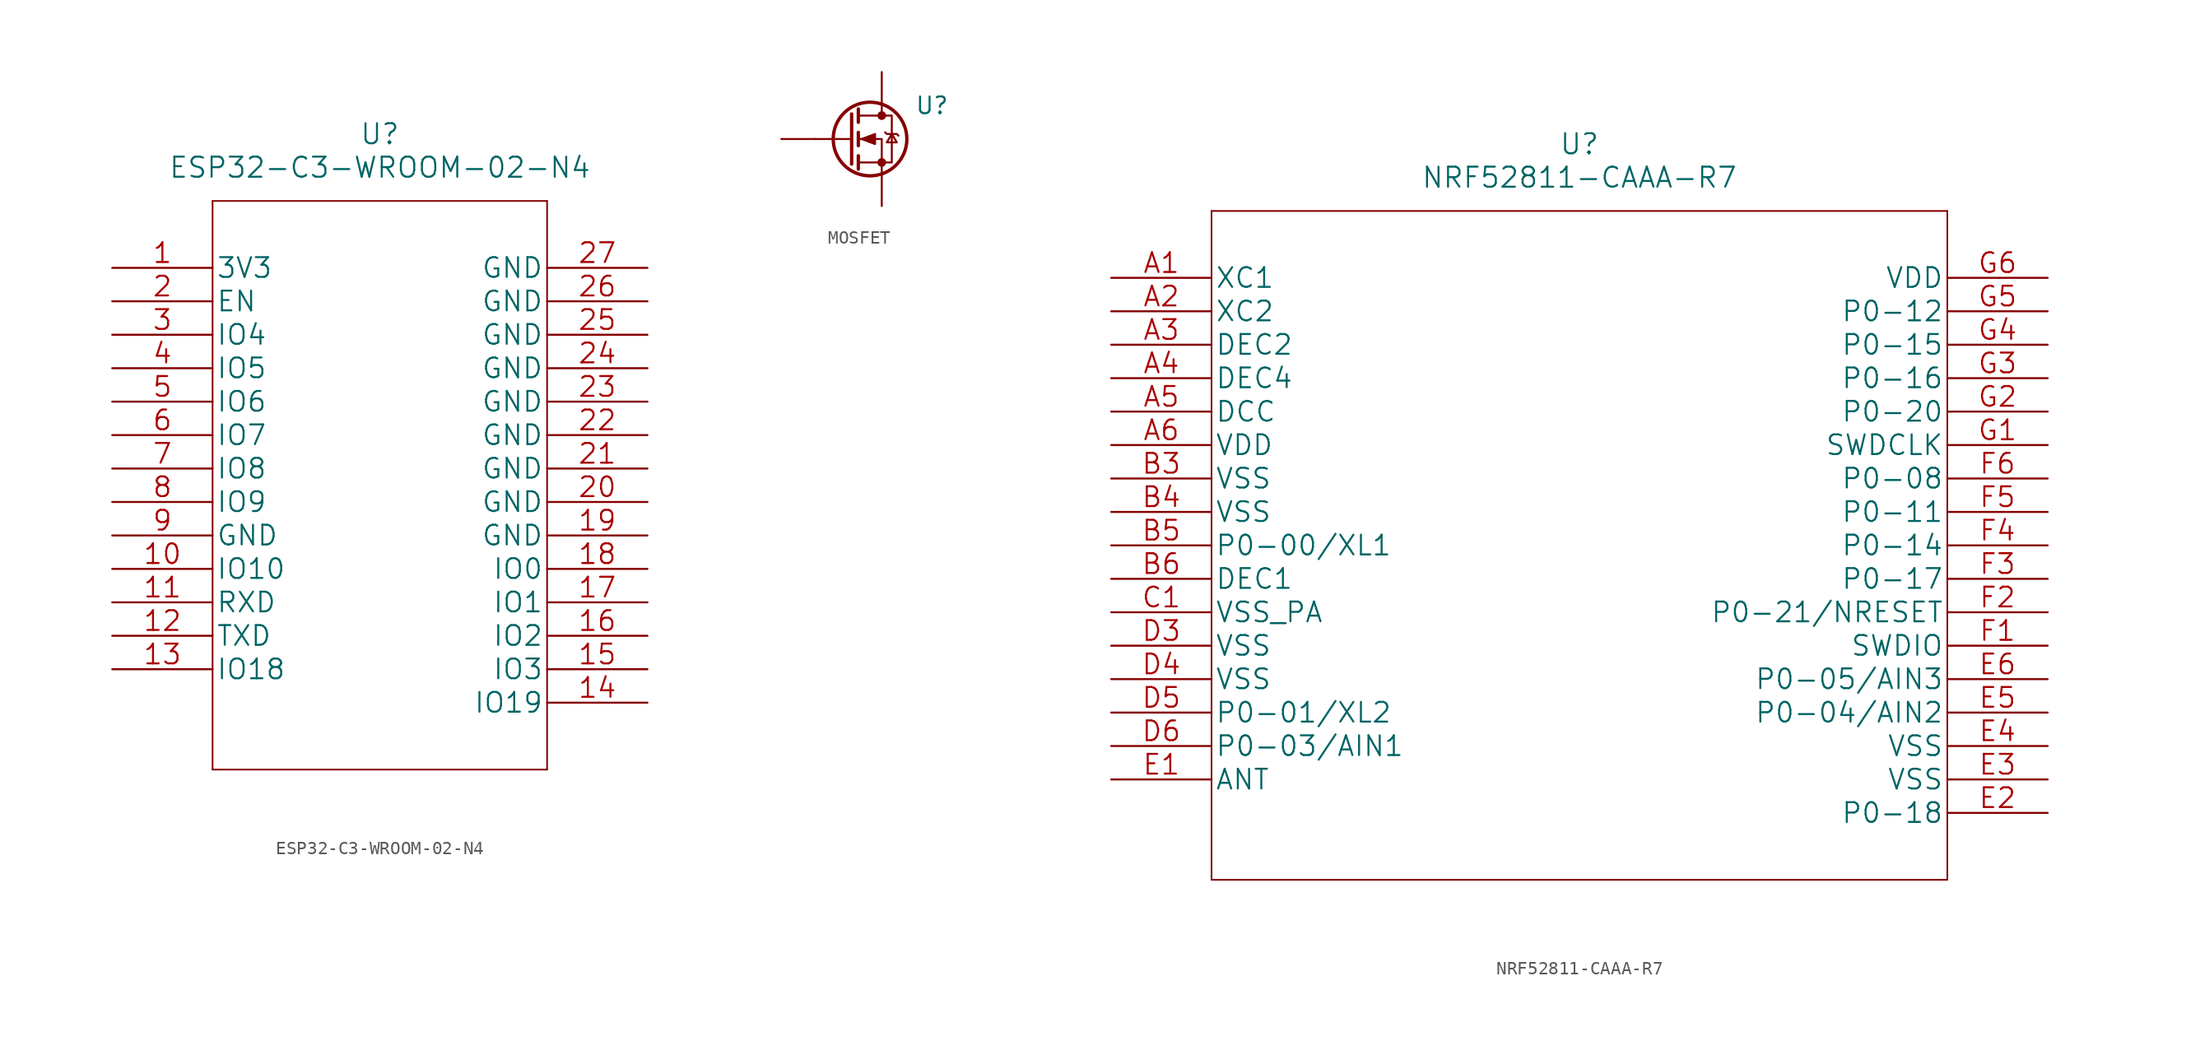
<source format=kicad_sym>
(kicad_symbol_lib
  (version 20211014)
  (generator kicad_symbol_editor)
  (symbol "ESP32-C3-WROOM-02-N4"
    (pin_names
      (offset 0.254))
    (property "Reference" "U"
      (at 20.32 10.16 0)
      (effects (font (size 1.524 1.524))))
    (property "Value" "ESP32-C3-WROOM-02-N4"
      (at 20.32 7.62 0)
      (effects (font (size 1.524 1.524))))
    (symbol "ESP32-C3-WROOM-02-N4_1_1"
      (polyline (pts (xy 7.62 -38.1) (xy 33.02 -38.1)) (stroke (width 0.127) (type default) (color 0 0 0 0)) (fill (type none)))
      (polyline (pts (xy 7.62 5.08) (xy 7.62 -38.1)) (stroke (width 0.127) (type default) (color 0 0 0 0)) (fill (type none)))
      (polyline (pts (xy 33.02 -38.1) (xy 33.02 5.08)) (stroke (width 0.127) (type default) (color 0 0 0 0)) (fill (type none)))
      (polyline (pts (xy 33.02 5.08) (xy 7.62 5.08)) (stroke (width 0.127) (type default) (color 0 0 0 0)) (fill (type none)))
      (pin power_in line (at 0 0 0) (length 7.62) (name "3V3" (effects (font (size 1.499 1.499)))) (number "1" (effects (font (size 1.499 1.499)))))
      (pin bidirectional line (at 0 -22.86 0) (length 7.62) (name "IO10" (effects (font (size 1.499 1.499)))) (number "10" (effects (font (size 1.499 1.499)))))
      (pin unspecified line (at 0 -25.4 0) (length 7.62) (name "RXD" (effects (font (size 1.499 1.499)))) (number "11" (effects (font (size 1.499 1.499)))))
      (pin unspecified line (at 0 -27.94 0) (length 7.62) (name "TXD" (effects (font (size 1.499 1.499)))) (number "12" (effects (font (size 1.499 1.499)))))
      (pin bidirectional line (at 0 -30.48 0) (length 7.62) (name "IO18" (effects (font (size 1.499 1.499)))) (number "13" (effects (font (size 1.499 1.499)))))
      (pin bidirectional line (at 40.64 -33.02 180) (length 7.62) (name "IO19" (effects (font (size 1.499 1.499)))) (number "14" (effects (font (size 1.499 1.499)))))
      (pin bidirectional line (at 40.64 -30.48 180) (length 7.62) (name "IO3" (effects (font (size 1.499 1.499)))) (number "15" (effects (font (size 1.499 1.499)))))
      (pin bidirectional line (at 40.64 -27.94 180) (length 7.62) (name "IO2" (effects (font (size 1.499 1.499)))) (number "16" (effects (font (size 1.499 1.499)))))
      (pin bidirectional line (at 40.64 -25.4 180) (length 7.62) (name "IO1" (effects (font (size 1.499 1.499)))) (number "17" (effects (font (size 1.499 1.499)))))
      (pin bidirectional line (at 40.64 -22.86 180) (length 7.62) (name "IO0" (effects (font (size 1.499 1.499)))) (number "18" (effects (font (size 1.499 1.499)))))
      (pin power_in line (at 40.64 -20.32 180) (length 7.62) (name "GND" (effects (font (size 1.499 1.499)))) (number "19" (effects (font (size 1.499 1.499)))))
      (pin passive line (at 0 -2.54 0) (length 7.62) (name "EN" (effects (font (size 1.499 1.499)))) (number "2" (effects (font (size 1.499 1.499)))))
      (pin power_in line (at 40.64 -17.78 180) (length 7.62) (name "GND" (effects (font (size 1.499 1.499)))) (number "20" (effects (font (size 1.499 1.499)))))
      (pin power_in line (at 40.64 -15.24 180) (length 7.62) (name "GND" (effects (font (size 1.499 1.499)))) (number "21" (effects (font (size 1.499 1.499)))))
      (pin power_in line (at 40.64 -12.7 180) (length 7.62) (name "GND" (effects (font (size 1.499 1.499)))) (number "22" (effects (font (size 1.499 1.499)))))
      (pin power_in line (at 40.64 -10.16 180) (length 7.62) (name "GND" (effects (font (size 1.499 1.499)))) (number "23" (effects (font (size 1.499 1.499)))))
      (pin power_in line (at 40.64 -7.62 180) (length 7.62) (name "GND" (effects (font (size 1.499 1.499)))) (number "24" (effects (font (size 1.499 1.499)))))
      (pin power_in line (at 40.64 -5.08 180) (length 7.62) (name "GND" (effects (font (size 1.499 1.499)))) (number "25" (effects (font (size 1.499 1.499)))))
      (pin power_in line (at 40.64 -2.54 180) (length 7.62) (name "GND" (effects (font (size 1.499 1.499)))) (number "26" (effects (font (size 1.499 1.499)))))
      (pin power_in line (at 40.64 0 180) (length 7.62) (name "GND" (effects (font (size 1.499 1.499)))) (number "27" (effects (font (size 1.499 1.499)))))
      (pin bidirectional line (at 0 -5.08 0) (length 7.62) (name "IO4" (effects (font (size 1.499 1.499)))) (number "3" (effects (font (size 1.499 1.499)))))
      (pin bidirectional line (at 0 -7.62 0) (length 7.62) (name "IO5" (effects (font (size 1.499 1.499)))) (number "4" (effects (font (size 1.499 1.499)))))
      (pin bidirectional line (at 0 -10.16 0) (length 7.62) (name "IO6" (effects (font (size 1.499 1.499)))) (number "5" (effects (font (size 1.499 1.499)))))
      (pin bidirectional line (at 0 -12.7 0) (length 7.62) (name "IO7" (effects (font (size 1.499 1.499)))) (number "6" (effects (font (size 1.499 1.499)))))
      (pin bidirectional line (at 0 -15.24 0) (length 7.62) (name "IO8" (effects (font (size 1.499 1.499)))) (number "7" (effects (font (size 1.499 1.499)))))
      (pin bidirectional line (at 0 -17.78 0) (length 7.62) (name "IO9" (effects (font (size 1.499 1.499)))) (number "8" (effects (font (size 1.499 1.499)))))
      (pin power_in line (at 0 -20.32 0) (length 7.62) (name "GND" (effects (font (size 1.499 1.499)))) (number "9" (effects (font (size 1.499 1.499)))))))
  (symbol "MOSFET"
    (pin_numbers hide)
    (pin_names hide)
    (property "Reference" "U"
      (at 3.81 2.54 0)
      (effects (font (size 1.27 1.27))))
    (symbol "MOSFET_0_1"
      (circle (center -0.889 0) (radius 2.794) (stroke (width 0.254) (type default) (color 0 0 0 0)) (fill (type none)))
      (circle (center 0 -1.778) (radius 0.254) (stroke (width 0) (type default) (color 0 0 0 0)) (fill (type outline)))
      (polyline (pts (xy -2.286 0) (xy -5.08 0)) (stroke (width 0) (type default) (color 0 0 0 0)) (fill (type none)))
      (polyline (pts (xy -2.286 1.905) (xy -2.286 -1.905)) (stroke (width 0.254) (type default) (color 0 0 0 0)) (fill (type none)))
      (polyline (pts (xy -1.778 -1.27) (xy -1.778 -2.286)) (stroke (width 0.254) (type default) (color 0 0 0 0)) (fill (type none)))
      (polyline (pts (xy -1.778 0.508) (xy -1.778 -0.508)) (stroke (width 0.254) (type default) (color 0 0 0 0)) (fill (type none)))
      (polyline (pts (xy -1.778 2.286) (xy -1.778 1.27)) (stroke (width 0.254) (type default) (color 0 0 0 0)) (fill (type none)))
      (polyline (pts (xy 0 2.54) (xy 0 1.778)) (stroke (width 0) (type default) (color 0 0 0 0)) (fill (type none)))
      (polyline (pts (xy 0 -2.54) (xy 0 0) (xy -1.778 0)) (stroke (width 0) (type default) (color 0 0 0 0)) (fill (type none)))
      (polyline (pts (xy -1.778 -1.778) (xy 0.762 -1.778) (xy 0.762 1.778) (xy -1.778 1.778)) (stroke (width 0) (type default) (color 0 0 0 0)) (fill (type none)))
      (polyline (pts (xy -1.524 0) (xy -0.508 0.381) (xy -0.508 -0.381) (xy -1.524 0)) (stroke (width 0) (type default) (color 0 0 0 0)) (fill (type outline)))
      (polyline (pts (xy 0.254 0.508) (xy 0.381 0.381) (xy 1.143 0.381) (xy 1.27 0.254)) (stroke (width 0) (type default) (color 0 0 0 0)) (fill (type none)))
      (polyline (pts (xy 0.762 0.381) (xy 0.381 -0.254) (xy 1.143 -0.254) (xy 0.762 0.381)) (stroke (width 0) (type default) (color 0 0 0 0)) (fill (type none)))
      (circle (center 0 1.778) (radius 0.254) (stroke (width 0) (type default) (color 0 0 0 0)) (fill (type outline))))
    (symbol "MOSFET_1_1"
      (pin input line (at -7.62 0 0) (length 2.54) (name "G" (effects (font (size 1.27 1.27)))) (number "1" (effects (font (size 1.27 1.27)))))
      (pin passive line (at 0 -5.08 90) (length 2.54) (name "S" (effects (font (size 1.27 1.27)))) (number "2" (effects (font (size 1.27 1.27)))))
      (pin passive line (at 0 5.08 270) (length 2.54) (name "D" (effects (font (size 1.27 1.27)))) (number "3" (effects (font (size 1.27 1.27)))))))
  (symbol "NRF52811-CAAA-R7"
    (pin_names
      (offset 0.254))
    (property "Reference" "U"
      (at 35.56 10.16 0)
      (effects (font (size 1.524 1.524))))
    (property "Value" "NRF52811-CAAA-R7"
      (at 35.56 7.62 0)
      (effects (font (size 1.524 1.524))))
    (property "Datasheet" ""
      (at 0 0 0)
      (effects (font (size 1.524 1.524))))
    (symbol "NRF52811-CAAA-R7_1_1"
      (polyline (pts (xy 7.62 -45.72) (xy 63.5 -45.72)) (stroke (width 0.127) (type default) (color 0 0 0 0)) (fill (type none)))
      (polyline (pts (xy 7.62 5.08) (xy 7.62 -45.72)) (stroke (width 0.127) (type default) (color 0 0 0 0)) (fill (type none)))
      (polyline (pts (xy 63.5 -45.72) (xy 63.5 5.08)) (stroke (width 0.127) (type default) (color 0 0 0 0)) (fill (type none)))
      (polyline (pts (xy 63.5 5.08) (xy 7.62 5.08)) (stroke (width 0.127) (type default) (color 0 0 0 0)) (fill (type none)))
      (pin input line (at 0 0 0) (length 7.62) (name "XC1" (effects (font (size 1.499 1.499)))) (number "A1" (effects (font (size 1.499 1.499)))))
      (pin input line (at 0 -2.54 0) (length 7.62) (name "XC2" (effects (font (size 1.499 1.499)))) (number "A2" (effects (font (size 1.499 1.499)))))
      (pin unspecified line (at 0 -5.08 0) (length 7.62) (name "DEC2" (effects (font (size 1.499 1.499)))) (number "A3" (effects (font (size 1.499 1.499)))))
      (pin unspecified line (at 0 -7.62 0) (length 7.62) (name "DEC4" (effects (font (size 1.499 1.499)))) (number "A4" (effects (font (size 1.499 1.499)))))
      (pin output line (at 0 -10.16 0) (length 7.62) (name "DCC" (effects (font (size 1.499 1.499)))) (number "A5" (effects (font (size 1.499 1.499)))))
      (pin power_in line (at 0 -12.7 0) (length 7.62) (name "VDD" (effects (font (size 1.499 1.499)))) (number "A6" (effects (font (size 1.499 1.499)))))
      (pin power_in line (at 0 -15.24 0) (length 7.62) (name "VSS" (effects (font (size 1.499 1.499)))) (number "B3" (effects (font (size 1.499 1.499)))))
      (pin power_in line (at 0 -17.78 0) (length 7.62) (name "VSS" (effects (font (size 1.499 1.499)))) (number "B4" (effects (font (size 1.499 1.499)))))
      (pin bidirectional line (at 0 -20.32 0) (length 7.62) (name "P0-00/XL1" (effects (font (size 1.499 1.499)))) (number "B5" (effects (font (size 1.499 1.499)))))
      (pin unspecified line (at 0 -22.86 0) (length 7.62) (name "DEC1" (effects (font (size 1.499 1.499)))) (number "B6" (effects (font (size 1.499 1.499)))))
      (pin power_in line (at 0 -25.4 0) (length 7.62) (name "VSS_PA" (effects (font (size 1.499 1.499)))) (number "C1" (effects (font (size 1.499 1.499)))))
      (pin power_in line (at 0 -27.94 0) (length 7.62) (name "VSS" (effects (font (size 1.499 1.499)))) (number "D3" (effects (font (size 1.499 1.499)))))
      (pin power_in line (at 0 -30.48 0) (length 7.62) (name "VSS" (effects (font (size 1.499 1.499)))) (number "D4" (effects (font (size 1.499 1.499)))))
      (pin bidirectional line (at 0 -33.02 0) (length 7.62) (name "P0-01/XL2" (effects (font (size 1.499 1.499)))) (number "D5" (effects (font (size 1.499 1.499)))))
      (pin bidirectional line (at 0 -35.56 0) (length 7.62) (name "P0-03/AIN1" (effects (font (size 1.499 1.499)))) (number "D6" (effects (font (size 1.499 1.499)))))
      (pin unspecified line (at 0 -38.1 0) (length 7.62) (name "ANT" (effects (font (size 1.499 1.499)))) (number "E1" (effects (font (size 1.499 1.499)))))
      (pin bidirectional line (at 71.12 -40.64 180) (length 7.62) (name "P0-18" (effects (font (size 1.499 1.499)))) (number "E2" (effects (font (size 1.499 1.499)))))
      (pin power_in line (at 71.12 -38.1 180) (length 7.62) (name "VSS" (effects (font (size 1.499 1.499)))) (number "E3" (effects (font (size 1.499 1.499)))))
      (pin power_in line (at 71.12 -35.56 180) (length 7.62) (name "VSS" (effects (font (size 1.499 1.499)))) (number "E4" (effects (font (size 1.499 1.499)))))
      (pin bidirectional line (at 71.12 -33.02 180) (length 7.62) (name "P0-04/AIN2" (effects (font (size 1.499 1.499)))) (number "E5" (effects (font (size 1.499 1.499)))))
      (pin bidirectional line (at 71.12 -30.48 180) (length 7.62) (name "P0-05/AIN3" (effects (font (size 1.499 1.499)))) (number "E6" (effects (font (size 1.499 1.499)))))
      (pin bidirectional line (at 71.12 -27.94 180) (length 7.62) (name "SWDIO" (effects (font (size 1.499 1.499)))) (number "F1" (effects (font (size 1.499 1.499)))))
      (pin bidirectional line (at 71.12 -25.4 180) (length 7.62) (name "P0-21/NRESET" (effects (font (size 1.499 1.499)))) (number "F2" (effects (font (size 1.499 1.499)))))
      (pin bidirectional line (at 71.12 -22.86 180) (length 7.62) (name "P0-17" (effects (font (size 1.499 1.499)))) (number "F3" (effects (font (size 1.499 1.499)))))
      (pin bidirectional line (at 71.12 -20.32 180) (length 7.62) (name "P0-14" (effects (font (size 1.499 1.499)))) (number "F4" (effects (font (size 1.499 1.499)))))
      (pin bidirectional line (at 71.12 -17.78 180) (length 7.62) (name "P0-11" (effects (font (size 1.499 1.499)))) (number "F5" (effects (font (size 1.499 1.499)))))
      (pin bidirectional line (at 71.12 -15.24 180) (length 7.62) (name "P0-08" (effects (font (size 1.499 1.499)))) (number "F6" (effects (font (size 1.499 1.499)))))
      (pin input line (at 71.12 -12.7 180) (length 7.62) (name "SWDCLK" (effects (font (size 1.499 1.499)))) (number "G1" (effects (font (size 1.499 1.499)))))
      (pin bidirectional line (at 71.12 -10.16 180) (length 7.62) (name "P0-20" (effects (font (size 1.499 1.499)))) (number "G2" (effects (font (size 1.499 1.499)))))
      (pin bidirectional line (at 71.12 -7.62 180) (length 7.62) (name "P0-16" (effects (font (size 1.499 1.499)))) (number "G3" (effects (font (size 1.499 1.499)))))
      (pin bidirectional line (at 71.12 -5.08 180) (length 7.62) (name "P0-15" (effects (font (size 1.499 1.499)))) (number "G4" (effects (font (size 1.499 1.499)))))
      (pin bidirectional line (at 71.12 -2.54 180) (length 7.62) (name "P0-12" (effects (font (size 1.499 1.499)))) (number "G5" (effects (font (size 1.499 1.499)))))
      (pin power_in line (at 71.12 0 180) (length 7.62) (name "VDD" (effects (font (size 1.499 1.499)))) (number "G6" (effects (font (size 1.499 1.499))))))))
</source>
